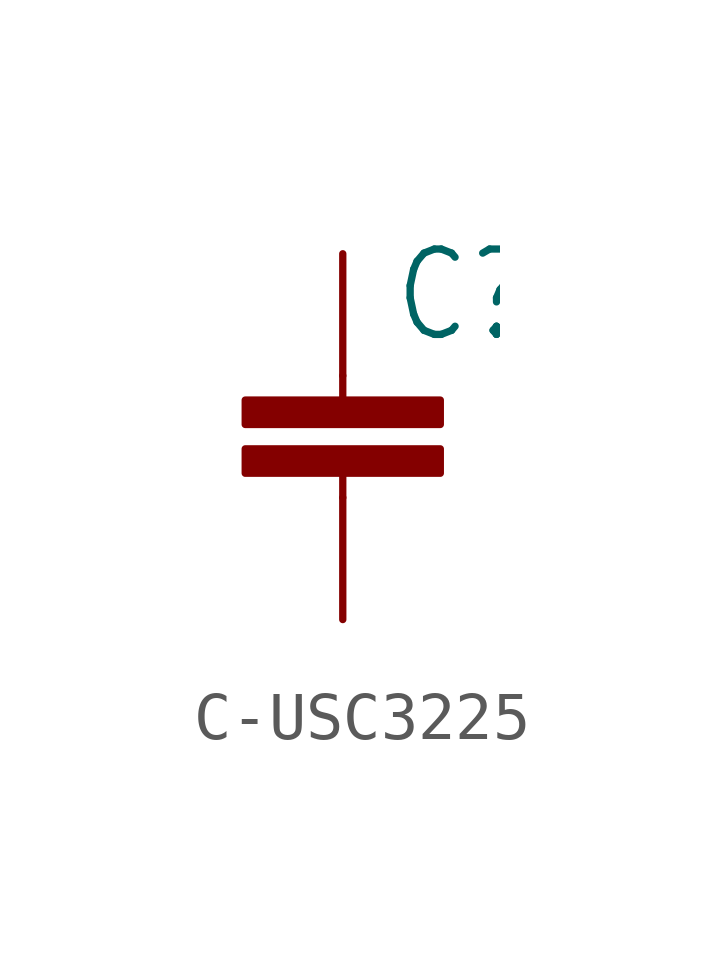
<source format=kicad_sym>
(kicad_symbol_lib
  (version 20231120)
  (generator "kicad_symbol_editor")
  (generator_version "8.99")
  (symbol "C-USC3225"
    (property "Reference" "C"
      (at 1.016 0.635 0)
      (effects (font (size 1.778 1.511)) (justify left bottom)))
    (property "Value" ""
      (at 1.016 -4.191 0)
      (effects (font (size 1.778 1.511)) (justify left bottom)))
    (property "ki_locked" ""
      (at 0 0 0)
      (effects (font (size 1.27 1.27))))
    (symbol "C-USC3225_1_0"
      (rectangle (start -2.032 -2.032) (end 2.032 -1.524) (stroke (width 0) (type default)) (fill (type outline)))
      (rectangle (start -2.032 -1.016) (end 2.032 -0.508) (stroke (width 0) (type default)) (fill (type outline)))
      (polyline (pts (xy 0 -2.54) (xy 0 -2.032)) (stroke (width 0.152) (type solid)) (fill (type none)))
      (polyline (pts (xy 0 0) (xy 0 -0.508)) (stroke (width 0.152) (type solid)) (fill (type none)))
      (pin passive line (at 0 2.54 270) (length 2.54) (name "1" (effects (font (size 0 0)))) (number "1" (effects (font (size 0 0)))))
      (pin passive line (at 0 -5.08 90) (length 2.54) (name "2" (effects (font (size 0 0)))) (number "2" (effects (font (size 0 0))))))))
</source>
